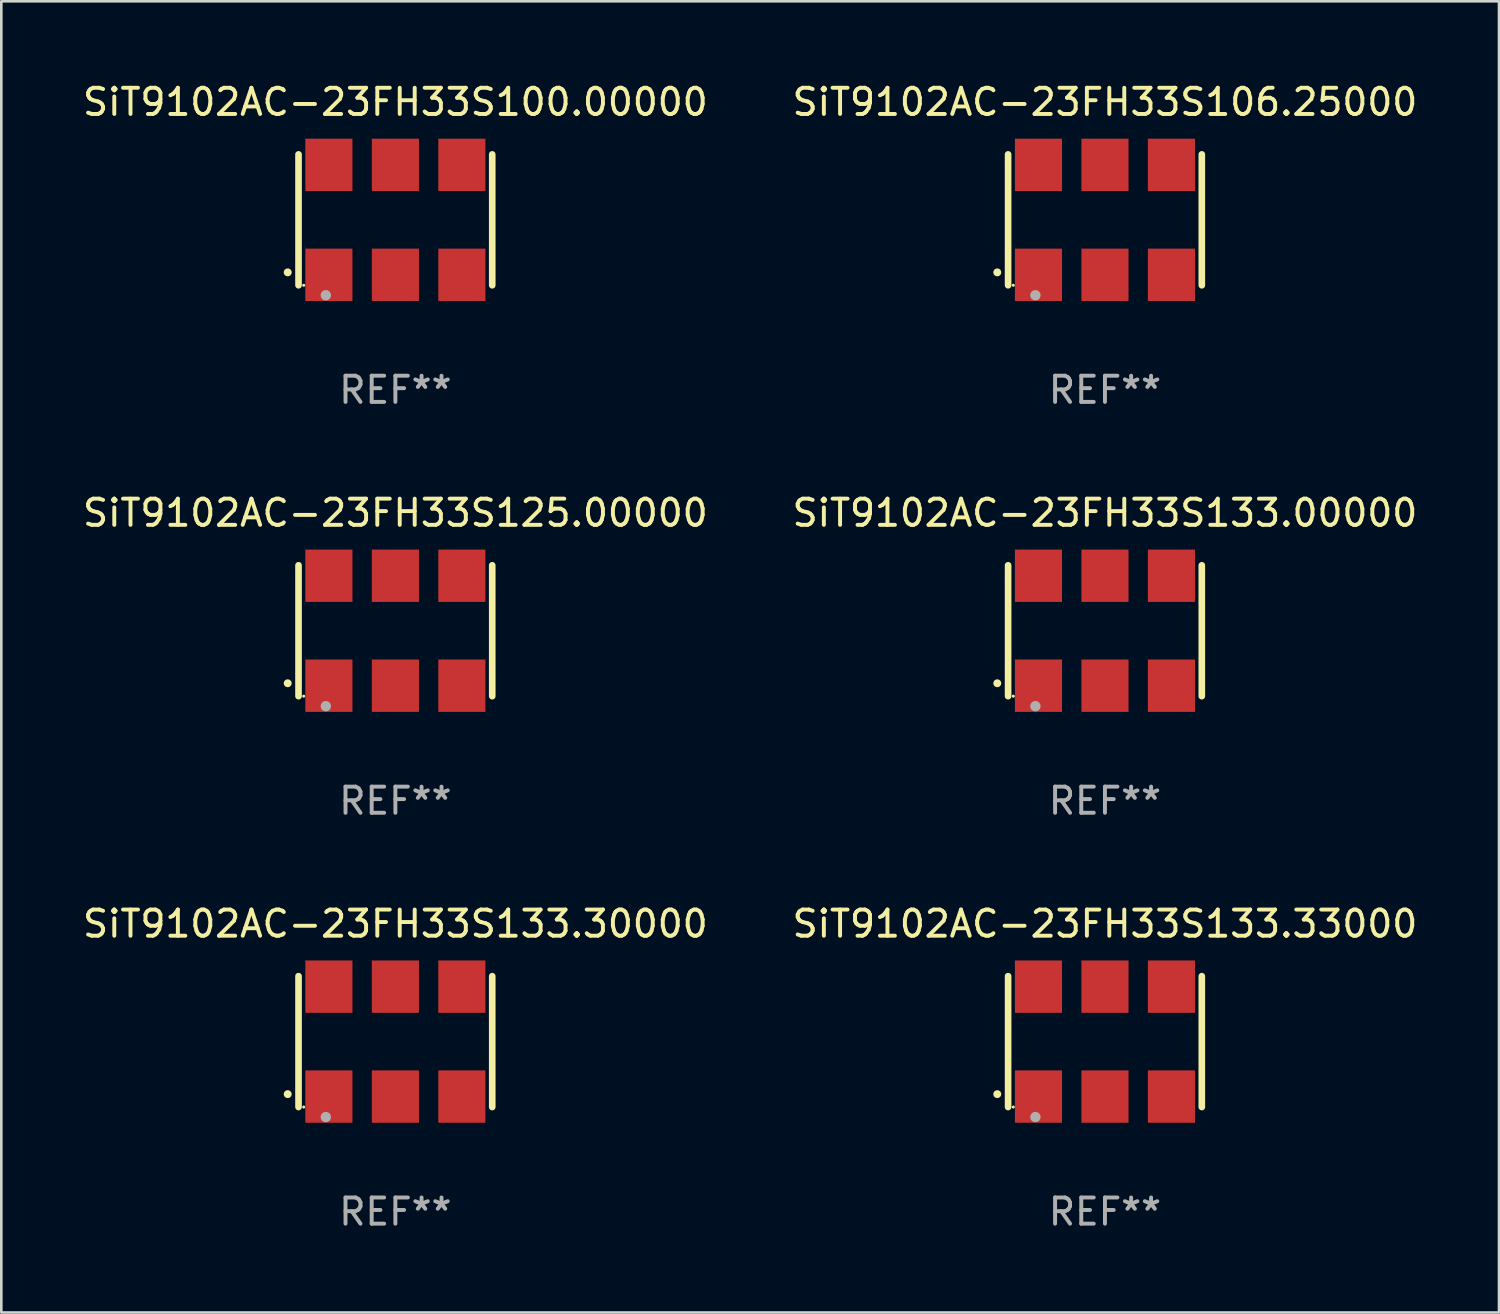
<source format=kicad_pcb>
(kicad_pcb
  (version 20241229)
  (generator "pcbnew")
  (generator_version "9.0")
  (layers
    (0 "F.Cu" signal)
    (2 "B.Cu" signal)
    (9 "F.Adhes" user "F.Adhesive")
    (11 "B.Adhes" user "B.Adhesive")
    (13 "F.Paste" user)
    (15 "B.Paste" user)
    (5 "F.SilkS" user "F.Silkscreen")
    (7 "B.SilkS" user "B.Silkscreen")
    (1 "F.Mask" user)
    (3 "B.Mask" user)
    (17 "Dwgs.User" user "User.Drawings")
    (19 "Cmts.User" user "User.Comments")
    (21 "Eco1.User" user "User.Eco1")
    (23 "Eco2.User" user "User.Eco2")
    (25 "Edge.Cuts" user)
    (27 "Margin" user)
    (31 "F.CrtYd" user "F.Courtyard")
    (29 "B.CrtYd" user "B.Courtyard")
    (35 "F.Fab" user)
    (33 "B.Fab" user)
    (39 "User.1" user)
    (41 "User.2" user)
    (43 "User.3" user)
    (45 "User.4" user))
  (footprint "SiT9102AC-23FH33S106.25000"
    (layer "F.Cu")
    (at 39.161 5.348)
    (property "Reference" "SiT9102AC-23FH33S106.25000" (at 0 -4.5 0) (layer "F.SilkS") (effects (font (size 1 1) (thickness 0.15))))
    (attr through_hole)
    (fp_line (start -3.7 -2.5) (end -3.7 2.5) (stroke (width 0.254) (type solid)) (layer "F.SilkS"))
    (fp_line (start 3.7 -2.5) (end 3.7 2.5) (stroke (width 0.254) (type solid)) (layer "F.SilkS"))
    (fp_arc (start -4.114415 2.006604) (mid -4.113145 2.006599) (end -4.111875 2.006604) (stroke (width 0.3) (type solid)) (layer "F.SilkS"))
    (fp_circle (center -3.502 2.5) (end -3.472 2.5) (stroke (width 0.06) (type solid)) (fill no) (layer "F.SilkS"))
    (fp_circle (center -2.657 2.882) (end -2.557 2.882) (stroke (width 0.2) (type solid)) (fill no) (layer "F.Fab"))
    (fp_text user "REF**" (at 0 6.5 0) (layer "F.Fab") (effects (font (size 1 1) (thickness 0.15))))
    (pad "1" smd rect (at -2.54 2.1) (size 1.8 2) (layers "F.Cu" "F.Mask" "F.Paste"))
    (pad "2" smd rect (at 0.000394 2.1) (size 1.8 2) (layers "F.Cu" "F.Mask" "F.Paste"))
    (pad "3" smd rect (at 2.54 2.1) (size 1.8 2) (layers "F.Cu" "F.Mask" "F.Paste"))
    (pad "4" smd rect (at 2.54 -2.1) (size 1.8 2) (layers "F.Cu" "F.Mask" "F.Paste"))
    (pad "5" smd rect (at 0.000394 -2.1) (size 1.8 2) (layers "F.Cu" "F.Mask" "F.Paste"))
    (pad "6" smd rect (at -2.54 -2.1) (size 1.8 2) (layers "F.Cu" "F.Mask" "F.Paste")))
  (footprint "SiT9102AC-23FH33S133.30000"
    (layer "F.Cu")
    (at 12.054 36.741)
    (property "Reference" "SiT9102AC-23FH33S133.30000" (at 0 -4.5 0) (layer "F.SilkS") (effects (font (size 1 1) (thickness 0.15))))
    (attr through_hole)
    (fp_line (start -3.7 -2.5) (end -3.7 2.5) (stroke (width 0.254) (type solid)) (layer "F.SilkS"))
    (fp_line (start 3.7 -2.5) (end 3.7 2.5) (stroke (width 0.254) (type solid)) (layer "F.SilkS"))
    (fp_arc (start -4.114415 2.006604) (mid -4.113145 2.006599) (end -4.111875 2.006604) (stroke (width 0.3) (type solid)) (layer "F.SilkS"))
    (fp_circle (center -3.502 2.5) (end -3.472 2.5) (stroke (width 0.06) (type solid)) (fill no) (layer "F.SilkS"))
    (fp_circle (center -2.657 2.882) (end -2.557 2.882) (stroke (width 0.2) (type solid)) (fill no) (layer "F.Fab"))
    (fp_text user "REF**" (at 0 6.5 0) (layer "F.Fab") (effects (font (size 1 1) (thickness 0.15))))
    (pad "1" smd rect (at -2.54 2.1) (size 1.8 2) (layers "F.Cu" "F.Mask" "F.Paste"))
    (pad "2" smd rect (at 0.000394 2.1) (size 1.8 2) (layers "F.Cu" "F.Mask" "F.Paste"))
    (pad "3" smd rect (at 2.54 2.1) (size 1.8 2) (layers "F.Cu" "F.Mask" "F.Paste"))
    (pad "4" smd rect (at 2.54 -2.1) (size 1.8 2) (layers "F.Cu" "F.Mask" "F.Paste"))
    (pad "5" smd rect (at 0.000394 -2.1) (size 1.8 2) (layers "F.Cu" "F.Mask" "F.Paste"))
    (pad "6" smd rect (at -2.54 -2.1) (size 1.8 2) (layers "F.Cu" "F.Mask" "F.Paste")))
  (footprint "SiT9102AC-23FH33S100.00000"
    (layer "F.Cu")
    (at 12.054 5.348)
    (property "Reference" "SiT9102AC-23FH33S100.00000" (at 0 -4.5 0) (layer "F.SilkS") (effects (font (size 1 1) (thickness 0.15))))
    (attr through_hole)
    (fp_line (start -3.7 -2.5) (end -3.7 2.5) (stroke (width 0.254) (type solid)) (layer "F.SilkS"))
    (fp_line (start 3.7 -2.5) (end 3.7 2.5) (stroke (width 0.254) (type solid)) (layer "F.SilkS"))
    (fp_arc (start -4.114415 2.006604) (mid -4.113145 2.006599) (end -4.111875 2.006604) (stroke (width 0.3) (type solid)) (layer "F.SilkS"))
    (fp_circle (center -3.502 2.5) (end -3.472 2.5) (stroke (width 0.06) (type solid)) (fill no) (layer "F.SilkS"))
    (fp_circle (center -2.657 2.882) (end -2.557 2.882) (stroke (width 0.2) (type solid)) (fill no) (layer "F.Fab"))
    (fp_text user "REF**" (at 0 6.5 0) (layer "F.Fab") (effects (font (size 1 1) (thickness 0.15))))
    (pad "1" smd rect (at -2.54 2.1) (size 1.8 2) (layers "F.Cu" "F.Mask" "F.Paste"))
    (pad "2" smd rect (at 0.000394 2.1) (size 1.8 2) (layers "F.Cu" "F.Mask" "F.Paste"))
    (pad "3" smd rect (at 2.54 2.1) (size 1.8 2) (layers "F.Cu" "F.Mask" "F.Paste"))
    (pad "4" smd rect (at 2.54 -2.1) (size 1.8 2) (layers "F.Cu" "F.Mask" "F.Paste"))
    (pad "5" smd rect (at 0.000394 -2.1) (size 1.8 2) (layers "F.Cu" "F.Mask" "F.Paste"))
    (pad "6" smd rect (at -2.54 -2.1) (size 1.8 2) (layers "F.Cu" "F.Mask" "F.Paste")))
  (footprint "SiT9102AC-23FH33S133.33000"
    (layer "F.Cu")
    (at 39.161 36.741)
    (property "Reference" "SiT9102AC-23FH33S133.33000" (at 0 -4.5 0) (layer "F.SilkS") (effects (font (size 1 1) (thickness 0.15))))
    (attr through_hole)
    (fp_line (start -3.7 -2.5) (end -3.7 2.5) (stroke (width 0.254) (type solid)) (layer "F.SilkS"))
    (fp_line (start 3.7 -2.5) (end 3.7 2.5) (stroke (width 0.254) (type solid)) (layer "F.SilkS"))
    (fp_arc (start -4.114415 2.006604) (mid -4.113145 2.006599) (end -4.111875 2.006604) (stroke (width 0.3) (type solid)) (layer "F.SilkS"))
    (fp_circle (center -3.502 2.5) (end -3.472 2.5) (stroke (width 0.06) (type solid)) (fill no) (layer "F.SilkS"))
    (fp_circle (center -2.657 2.882) (end -2.557 2.882) (stroke (width 0.2) (type solid)) (fill no) (layer "F.Fab"))
    (fp_text user "REF**" (at 0 6.5 0) (layer "F.Fab") (effects (font (size 1 1) (thickness 0.15))))
    (pad "1" smd rect (at -2.54 2.1) (size 1.8 2) (layers "F.Cu" "F.Mask" "F.Paste"))
    (pad "2" smd rect (at 0.000394 2.1) (size 1.8 2) (layers "F.Cu" "F.Mask" "F.Paste"))
    (pad "3" smd rect (at 2.54 2.1) (size 1.8 2) (layers "F.Cu" "F.Mask" "F.Paste"))
    (pad "4" smd rect (at 2.54 -2.1) (size 1.8 2) (layers "F.Cu" "F.Mask" "F.Paste"))
    (pad "5" smd rect (at 0.000394 -2.1) (size 1.8 2) (layers "F.Cu" "F.Mask" "F.Paste"))
    (pad "6" smd rect (at -2.54 -2.1) (size 1.8 2) (layers "F.Cu" "F.Mask" "F.Paste")))
  (footprint "SiT9102AC-23FH33S133.00000"
    (layer "F.Cu")
    (at 39.161 21.045)
    (property "Reference" "SiT9102AC-23FH33S133.00000" (at 0 -4.5 0) (layer "F.SilkS") (effects (font (size 1 1) (thickness 0.15))))
    (attr through_hole)
    (fp_line (start -3.7 -2.5) (end -3.7 2.5) (stroke (width 0.254) (type solid)) (layer "F.SilkS"))
    (fp_line (start 3.7 -2.5) (end 3.7 2.5) (stroke (width 0.254) (type solid)) (layer "F.SilkS"))
    (fp_arc (start -4.114415 2.006604) (mid -4.113145 2.006599) (end -4.111875 2.006604) (stroke (width 0.3) (type solid)) (layer "F.SilkS"))
    (fp_circle (center -3.502 2.5) (end -3.472 2.5) (stroke (width 0.06) (type solid)) (fill no) (layer "F.SilkS"))
    (fp_circle (center -2.657 2.882) (end -2.557 2.882) (stroke (width 0.2) (type solid)) (fill no) (layer "F.Fab"))
    (fp_text user "REF**" (at 0 6.5 0) (layer "F.Fab") (effects (font (size 1 1) (thickness 0.15))))
    (pad "1" smd rect (at -2.54 2.1) (size 1.8 2) (layers "F.Cu" "F.Mask" "F.Paste"))
    (pad "2" smd rect (at 0.000394 2.1) (size 1.8 2) (layers "F.Cu" "F.Mask" "F.Paste"))
    (pad "3" smd rect (at 2.54 2.1) (size 1.8 2) (layers "F.Cu" "F.Mask" "F.Paste"))
    (pad "4" smd rect (at 2.54 -2.1) (size 1.8 2) (layers "F.Cu" "F.Mask" "F.Paste"))
    (pad "5" smd rect (at 0.000394 -2.1) (size 1.8 2) (layers "F.Cu" "F.Mask" "F.Paste"))
    (pad "6" smd rect (at -2.54 -2.1) (size 1.8 2) (layers "F.Cu" "F.Mask" "F.Paste")))
  (footprint "SiT9102AC-23FH33S125.00000"
    (layer "F.Cu")
    (at 12.054 21.045)
    (property "Reference" "SiT9102AC-23FH33S125.00000" (at 0 -4.5 0) (layer "F.SilkS") (effects (font (size 1 1) (thickness 0.15))))
    (attr through_hole)
    (fp_line (start -3.7 -2.5) (end -3.7 2.5) (stroke (width 0.254) (type solid)) (layer "F.SilkS"))
    (fp_line (start 3.7 -2.5) (end 3.7 2.5) (stroke (width 0.254) (type solid)) (layer "F.SilkS"))
    (fp_arc (start -4.114415 2.006604) (mid -4.113145 2.006599) (end -4.111875 2.006604) (stroke (width 0.3) (type solid)) (layer "F.SilkS"))
    (fp_circle (center -3.502 2.5) (end -3.472 2.5) (stroke (width 0.06) (type solid)) (fill no) (layer "F.SilkS"))
    (fp_circle (center -2.657 2.882) (end -2.557 2.882) (stroke (width 0.2) (type solid)) (fill no) (layer "F.Fab"))
    (fp_text user "REF**" (at 0 6.5 0) (layer "F.Fab") (effects (font (size 1 1) (thickness 0.15))))
    (pad "1" smd rect (at -2.54 2.1) (size 1.8 2) (layers "F.Cu" "F.Mask" "F.Paste"))
    (pad "2" smd rect (at 0.000394 2.1) (size 1.8 2) (layers "F.Cu" "F.Mask" "F.Paste"))
    (pad "3" smd rect (at 2.54 2.1) (size 1.8 2) (layers "F.Cu" "F.Mask" "F.Paste"))
    (pad "4" smd rect (at 2.54 -2.1) (size 1.8 2) (layers "F.Cu" "F.Mask" "F.Paste"))
    (pad "5" smd rect (at 0.000394 -2.1) (size 1.8 2) (layers "F.Cu" "F.Mask" "F.Paste"))
    (pad "6" smd rect (at -2.54 -2.1) (size 1.8 2) (layers "F.Cu" "F.Mask" "F.Paste")))
  (gr_rect
    (start -3 -3)
    (end 54.214 47.09)
    (stroke (width 0.1) (type default))
    (fill no)
    (layer "Edge.Cuts")))
</source>
